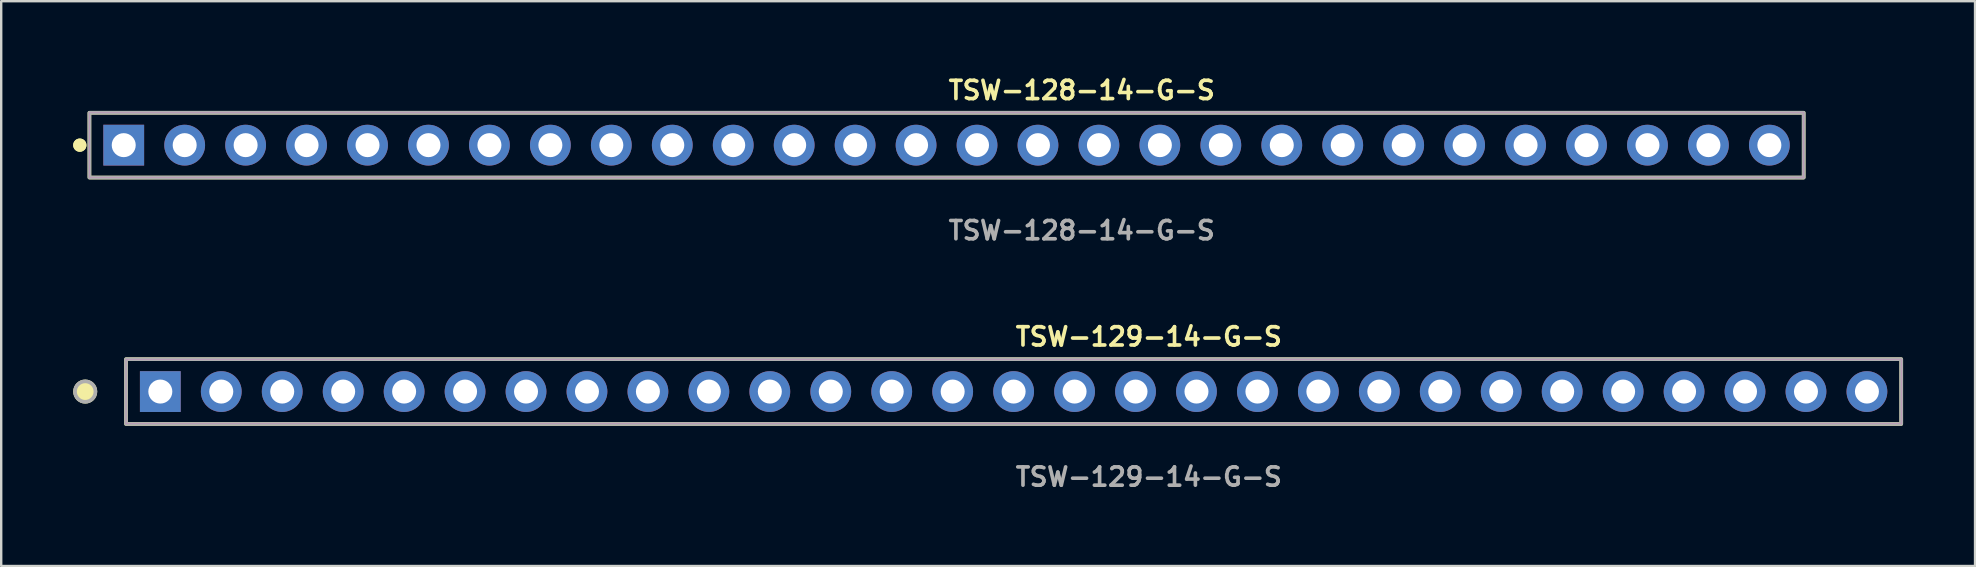
<source format=kicad_pcb>
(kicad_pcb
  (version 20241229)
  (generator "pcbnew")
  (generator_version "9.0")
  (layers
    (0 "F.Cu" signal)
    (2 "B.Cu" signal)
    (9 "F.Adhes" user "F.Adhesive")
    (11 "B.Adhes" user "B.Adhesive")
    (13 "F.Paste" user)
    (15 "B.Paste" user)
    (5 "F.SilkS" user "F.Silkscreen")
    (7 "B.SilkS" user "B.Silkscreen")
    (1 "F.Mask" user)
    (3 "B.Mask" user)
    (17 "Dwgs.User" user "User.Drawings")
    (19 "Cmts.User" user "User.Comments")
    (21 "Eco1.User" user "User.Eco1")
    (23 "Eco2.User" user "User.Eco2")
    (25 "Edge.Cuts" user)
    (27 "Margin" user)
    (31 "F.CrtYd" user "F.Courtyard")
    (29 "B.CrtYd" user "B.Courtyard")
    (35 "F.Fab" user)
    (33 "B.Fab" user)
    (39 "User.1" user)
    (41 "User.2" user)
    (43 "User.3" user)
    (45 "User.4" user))
  (footprint "TSW-128-14-G-S"
    (layer "F.Cu")
    (at 36.396 2.999)
    (property "Reference" "TSW-128-14-G-S" (at 0 -2.286 0) (unlocked yes) (layer "F.SilkS") (effects (font (size 0.762 0.762) (thickness 0.152)) (justify left)))
    (fp_rect (start -35.72 1.35) (end 35.72 -1.35) (stroke (width 0.152) (type solid)) (fill no) (layer "F.SilkS"))
    (fp_circle (center -36.12 0) (end -36.32 0) (stroke (width 0.152) (type solid)) (fill yes) (layer "F.SilkS"))
    (fp_circle (center -36.12 0) (end -36.32 0) (stroke (width 0.152) (type solid)) (fill yes) (layer "F.SilkS"))
    (fp_rect (start -35.72 1.35) (end 35.72 -1.35) (stroke (width 0.006) (type solid)) (fill no) (layer "F.CrtYd"))
    (fp_rect (start -35.72 1.35) (end 35.72 -1.35) (stroke (width 0.152) (type solid)) (fill no) (layer "F.Fab"))
    (fp_text user "${REFERENCE}" (at 0 3.556 0) (unlocked yes) (layer "F.Fab") (effects (font (size 0.762 0.762) (thickness 0.152)) (justify left)))
    (pad "1" thru_hole rect (at -34.29 0) (size 1.7 1.7) (drill 1) (layers "*.Cu" "*.Mask"))
    (pad "2" thru_hole circle (at -31.75 0) (size 1.7 1.7) (drill 1) (layers "*.Cu" "*.Mask"))
    (pad "3" thru_hole circle (at -29.21 0) (size 1.7 1.7) (drill 1) (layers "*.Cu" "*.Mask"))
    (pad "4" thru_hole circle (at -26.67 0) (size 1.7 1.7) (drill 1) (layers "*.Cu" "*.Mask"))
    (pad "5" thru_hole circle (at -24.13 0) (size 1.7 1.7) (drill 1) (layers "*.Cu" "*.Mask"))
    (pad "6" thru_hole circle (at -21.59 0) (size 1.7 1.7) (drill 1) (layers "*.Cu" "*.Mask"))
    (pad "7" thru_hole circle (at -19.05 0) (size 1.7 1.7) (drill 1) (layers "*.Cu" "*.Mask"))
    (pad "8" thru_hole circle (at -16.51 0) (size 1.7 1.7) (drill 1) (layers "*.Cu" "*.Mask"))
    (pad "9" thru_hole circle (at -13.97 0) (size 1.7 1.7) (drill 1) (layers "*.Cu" "*.Mask"))
    (pad "10" thru_hole circle (at -11.43 0) (size 1.7 1.7) (drill 1) (layers "*.Cu" "*.Mask"))
    (pad "11" thru_hole circle (at -8.89 0) (size 1.7 1.7) (drill 1) (layers "*.Cu" "*.Mask"))
    (pad "12" thru_hole circle (at -6.35 0) (size 1.7 1.7) (drill 1) (layers "*.Cu" "*.Mask"))
    (pad "13" thru_hole circle (at -3.81 0) (size 1.7 1.7) (drill 1) (layers "*.Cu" "*.Mask"))
    (pad "14" thru_hole circle (at -1.27 0) (size 1.7 1.7) (drill 1) (layers "*.Cu" "*.Mask"))
    (pad "15" thru_hole circle (at 1.27 0) (size 1.7 1.7) (drill 1) (layers "*.Cu" "*.Mask"))
    (pad "16" thru_hole circle (at 3.81 0) (size 1.7 1.7) (drill 1) (layers "*.Cu" "*.Mask"))
    (pad "17" thru_hole circle (at 6.35 0) (size 1.7 1.7) (drill 1) (layers "*.Cu" "*.Mask"))
    (pad "18" thru_hole circle (at 8.89 0) (size 1.7 1.7) (drill 1) (layers "*.Cu" "*.Mask"))
    (pad "19" thru_hole circle (at 11.43 0) (size 1.7 1.7) (drill 1) (layers "*.Cu" "*.Mask"))
    (pad "20" thru_hole circle (at 13.97 0) (size 1.7 1.7) (drill 1) (layers "*.Cu" "*.Mask"))
    (pad "21" thru_hole circle (at 16.51 0) (size 1.7 1.7) (drill 1) (layers "*.Cu" "*.Mask"))
    (pad "22" thru_hole circle (at 19.05 0) (size 1.7 1.7) (drill 1) (layers "*.Cu" "*.Mask"))
    (pad "23" thru_hole circle (at 21.59 0) (size 1.7 1.7) (drill 1) (layers "*.Cu" "*.Mask"))
    (pad "24" thru_hole circle (at 24.13 0) (size 1.7 1.7) (drill 1) (layers "*.Cu" "*.Mask"))
    (pad "25" thru_hole circle (at 26.67 0) (size 1.7 1.7) (drill 1) (layers "*.Cu" "*.Mask"))
    (pad "26" thru_hole circle (at 29.21 0) (size 1.7 1.7) (drill 1) (layers "*.Cu" "*.Mask"))
    (pad "27" thru_hole circle (at 31.75 0) (size 1.7 1.7) (drill 1) (layers "*.Cu" "*.Mask"))
    (pad "28" thru_hole circle (at 34.29 0) (size 1.7 1.7) (drill 1) (layers "*.Cu" "*.Mask")))
  (footprint "TSW-129-14-G-S"
    (layer "F.Cu")
    (at 39.191 13.268)
    (property "Reference" "TSW-129-14-G-S" (at 0 -2.286 0) (unlocked yes) (layer "F.SilkS") (effects (font (size 0.762 0.762) (thickness 0.152)) (justify left)))
    (fp_rect (start -36.99 1.35) (end 36.99 -1.35) (stroke (width 0.152) (type solid)) (fill no) (layer "F.SilkS"))
    (fp_circle (center -38.69 0) (end -39.115 0) (stroke (width 0.152) (type solid)) (fill yes) (layer "F.SilkS"))
    (fp_rect (start -36.99 1.35) (end 36.99 -1.35) (stroke (width 0.006) (type solid)) (fill no) (layer "F.CrtYd"))
    (fp_rect (start -36.99 1.35) (end 36.99 -1.35) (stroke (width 0.152) (type solid)) (fill no) (layer "F.Fab"))
    (fp_circle (center -38.69 0) (end -39.115 0) (stroke (width 0.152) (type solid)) (fill no) (layer "F.Fab"))
    (fp_text user "${REFERENCE}" (at 0 3.556 0) (unlocked yes) (layer "F.Fab") (effects (font (size 0.762 0.762) (thickness 0.152)) (justify left)))
    (pad "1" thru_hole rect (at -35.56 0) (size 1.7 1.7) (drill 1) (layers "*.Cu" "*.Mask"))
    (pad "2" thru_hole circle (at -33.02 0) (size 1.7 1.7) (drill 1) (layers "*.Cu" "*.Mask"))
    (pad "3" thru_hole circle (at -30.48 0) (size 1.7 1.7) (drill 1) (layers "*.Cu" "*.Mask"))
    (pad "4" thru_hole circle (at -27.94 0) (size 1.7 1.7) (drill 1) (layers "*.Cu" "*.Mask"))
    (pad "5" thru_hole circle (at -25.4 0) (size 1.7 1.7) (drill 1) (layers "*.Cu" "*.Mask"))
    (pad "6" thru_hole circle (at -22.86 0) (size 1.7 1.7) (drill 1) (layers "*.Cu" "*.Mask"))
    (pad "7" thru_hole circle (at -20.32 0) (size 1.7 1.7) (drill 1) (layers "*.Cu" "*.Mask"))
    (pad "8" thru_hole circle (at -17.78 0) (size 1.7 1.7) (drill 1) (layers "*.Cu" "*.Mask"))
    (pad "9" thru_hole circle (at -15.24 0) (size 1.7 1.7) (drill 1) (layers "*.Cu" "*.Mask"))
    (pad "10" thru_hole circle (at -12.7 0) (size 1.7 1.7) (drill 1) (layers "*.Cu" "*.Mask"))
    (pad "11" thru_hole circle (at -10.16 0) (size 1.7 1.7) (drill 1) (layers "*.Cu" "*.Mask"))
    (pad "12" thru_hole circle (at -7.62 0) (size 1.7 1.7) (drill 1) (layers "*.Cu" "*.Mask"))
    (pad "13" thru_hole circle (at -5.08 0) (size 1.7 1.7) (drill 1) (layers "*.Cu" "*.Mask"))
    (pad "14" thru_hole circle (at -2.54 0) (size 1.7 1.7) (drill 1) (layers "*.Cu" "*.Mask"))
    (pad "15" thru_hole circle (at 0 0) (size 1.7 1.7) (drill 1) (layers "*.Cu" "*.Mask"))
    (pad "16" thru_hole circle (at 2.54 0) (size 1.7 1.7) (drill 1) (layers "*.Cu" "*.Mask"))
    (pad "17" thru_hole circle (at 5.08 0) (size 1.7 1.7) (drill 1) (layers "*.Cu" "*.Mask"))
    (pad "18" thru_hole circle (at 7.62 0) (size 1.7 1.7) (drill 1) (layers "*.Cu" "*.Mask"))
    (pad "19" thru_hole circle (at 10.16 0) (size 1.7 1.7) (drill 1) (layers "*.Cu" "*.Mask"))
    (pad "20" thru_hole circle (at 12.7 0) (size 1.7 1.7) (drill 1) (layers "*.Cu" "*.Mask"))
    (pad "21" thru_hole circle (at 15.24 0) (size 1.7 1.7) (drill 1) (layers "*.Cu" "*.Mask"))
    (pad "22" thru_hole circle (at 17.78 0) (size 1.7 1.7) (drill 1) (layers "*.Cu" "*.Mask"))
    (pad "23" thru_hole circle (at 20.32 0) (size 1.7 1.7) (drill 1) (layers "*.Cu" "*.Mask"))
    (pad "24" thru_hole circle (at 22.86 0) (size 1.7 1.7) (drill 1) (layers "*.Cu" "*.Mask"))
    (pad "25" thru_hole circle (at 25.4 0) (size 1.7 1.7) (drill 1) (layers "*.Cu" "*.Mask"))
    (pad "26" thru_hole circle (at 27.94 0) (size 1.7 1.7) (drill 1) (layers "*.Cu" "*.Mask"))
    (pad "27" thru_hole circle (at 30.48 0) (size 1.7 1.7) (drill 1) (layers "*.Cu" "*.Mask"))
    (pad "28" thru_hole circle (at 33.02 0) (size 1.7 1.7) (drill 1) (layers "*.Cu" "*.Mask"))
    (pad "29" thru_hole circle (at 35.56 0) (size 1.7 1.7) (drill 1) (layers "*.Cu" "*.Mask")))
  (gr_rect
    (start -3 -3)
    (end 79.257 20.537)
    (stroke (width 0.1) (type default))
    (fill no)
    (layer "Edge.Cuts")))
</source>
